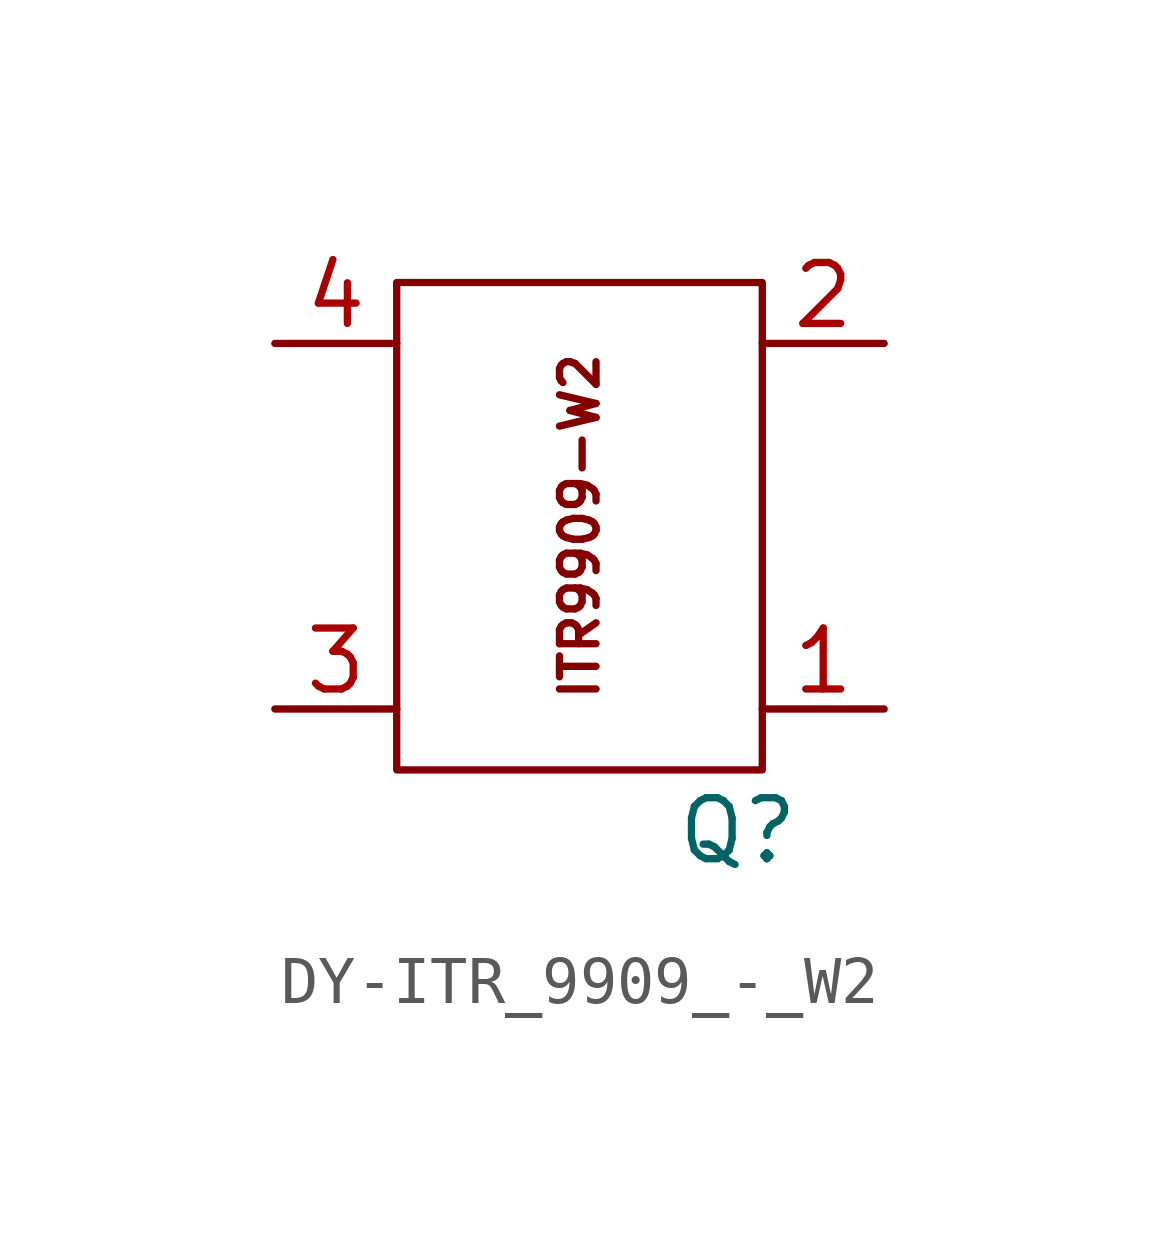
<source format=kicad_sym>
(kicad_symbol_lib
  (version 20231120)
  (generator "kicad_symbol_editor")
  (generator_version "8.0")
  (symbol "DY-ITR_9909_-_W2"
    (pin_names
      (offset 0))
    (property "Reference" "Q"
      (at 3.302 -6.35 0)
      (effects (font (size 1.27 1.27))))
    (property "Value" ""
      (at 0 0 0)
      (effects (font (size 1.27 1.27))))
    (symbol "DY-ITR_9909_-_W2_0_1"
      (rectangle (start -3.81 5.08) (end 3.81 -5.08) (stroke (width 0) (type default)) (fill (type none))))
    (symbol "DY-ITR_9909_-_W2_1_1"
      (text "ITR9909-W2" (at 0 0 900) (effects (font (size 0.762 0.762))))
      (pin output line (at 6.35 -3.81 180) (length 2.54) (name "" (effects (font (size 1.27 1.27)))) (number "1" (effects (font (size 1.27 1.27)))))
      (pin input line (at 6.35 3.81 180) (length 2.54) (name "" (effects (font (size 1.27 1.27)))) (number "2" (effects (font (size 1.27 1.27)))))
      (pin output line (at -6.35 -3.81 0) (length 2.54) (name "" (effects (font (size 1.27 1.27)))) (number "3" (effects (font (size 1.27 1.27)))))
      (pin input line (at -6.35 3.81 0) (length 2.54) (name "" (effects (font (size 1.27 1.27)))) (number "4" (effects (font (size 1.27 1.27))))))))
</source>
